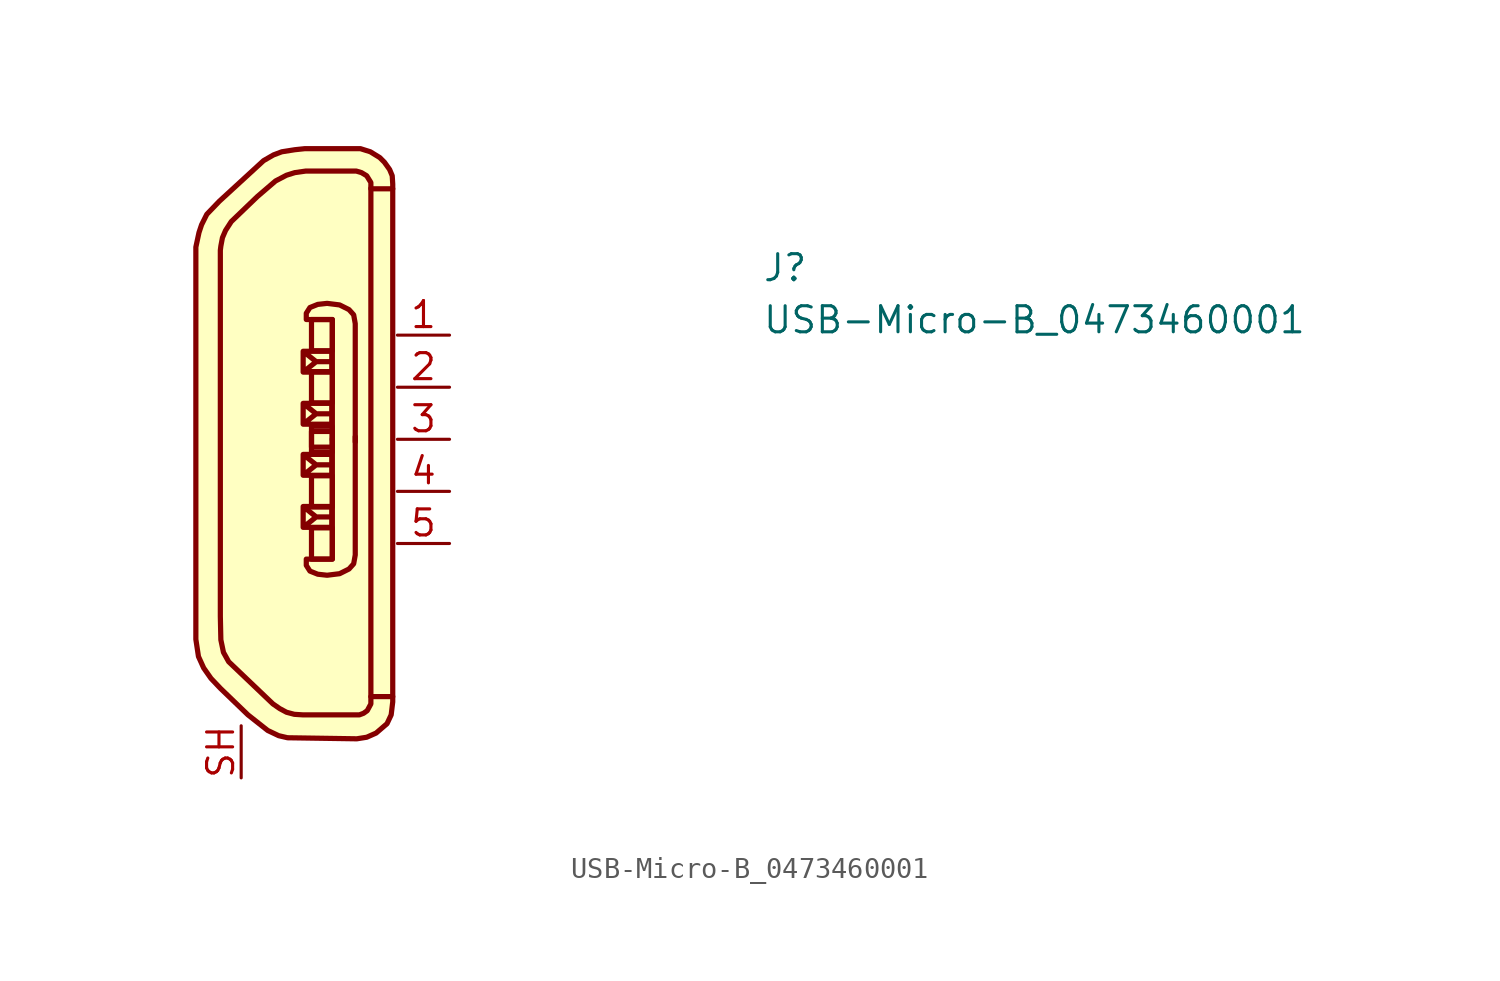
<source format=kicad_sym>
(kicad_symbol_lib
  (version 20211014)
  (generator kicad_symbol_editor)
  (symbol "USB-Micro-B_0473460001"
    (property "Reference" "J"
      (at 15.24 2.54 0)
      (effects (font (size 1.27 1.27) (thickness 0.15)) (justify left bottom)))
    (property "Value" "USB-Micro-B_0473460001"
      (at 15.24 0 0)
      (effects (font (size 1.27 1.27) (thickness 0.15)) (justify left bottom)))
    (symbol "USB-Micro-B_0473460001_1_1"
      (rectangle (start -6.731 -9.398) (end -5.715 -10.922) (stroke (width 0.254) (type default) (color 0 0 0 0)) (fill (type background)))
      (rectangle (start -6.731 -8.382) (end -5.715 -6.858) (stroke (width 0.254) (type default) (color 0 0 0 0)) (fill (type background)))
      (rectangle (start -6.731 -5.715) (end -5.715 -4.699) (stroke (width 0.254) (type default) (color 0 0 0 0)) (fill (type background)))
      (rectangle (start -6.731 -4.445) (end -5.715 -5.461) (stroke (width 0.254) (type default) (color 0 0 0 0)) (fill (type background)))
      (rectangle (start -6.731 -1.778) (end -5.715 -3.302) (stroke (width 0.254) (type default) (color 0 0 0 0)) (fill (type background)))
      (rectangle (start -6.731 -0.762) (end -5.715 0.762) (stroke (width 0.254) (type default) (color 0 0 0 0)) (fill (type background)))
      (polyline (pts (xy -3.835 7.163) (xy -3.835 -17.628)) (stroke (width 0.254) (type default) (color 0 0 0 0)) (fill (type background)))
      (polyline (pts (xy -7.137 -9.373) (xy -7.137 -8.357) (xy -5.74 -8.357) (xy -5.74 -9.373) (xy -7.137 -9.373) (xy -6.502 -8.865) (xy -7.137 -8.357) (xy -5.74 -8.357) (xy -5.74 -8.865) (xy -6.502 -8.865)) (stroke (width 0.254) (type default) (color 0 0 0 0)) (fill (type background)))
      (polyline (pts (xy -7.137 -6.833) (xy -7.137 -5.817) (xy -5.74 -5.817) (xy -5.74 -6.833) (xy -7.137 -6.833) (xy -6.502 -6.325) (xy -7.137 -5.817) (xy -5.74 -5.817) (xy -5.74 -6.325) (xy -6.502 -6.325)) (stroke (width 0.254) (type default) (color 0 0 0 0)) (fill (type background)))
      (polyline (pts (xy -7.137 -3.327) (xy -7.137 -4.343) (xy -5.74 -4.343) (xy -5.74 -3.327) (xy -7.137 -3.327) (xy -6.502 -3.835) (xy -7.137 -4.343) (xy -5.74 -4.343) (xy -5.74 -3.835) (xy -6.502 -3.835)) (stroke (width 0.254) (type default) (color 0 0 0 0)) (fill (type background)))
      (polyline (pts (xy -7.137 -0.787) (xy -7.137 -1.803) (xy -5.74 -1.803) (xy -5.74 -0.787) (xy -7.137 -0.787) (xy -6.502 -1.295) (xy -7.137 -1.803) (xy -5.74 -1.803) (xy -5.74 -1.295) (xy -6.502 -1.295)) (stroke (width 0.254) (type default) (color 0 0 0 0)) (fill (type background)))
      (polyline (pts (xy -5.715 -5.105) (xy -5.715 0.762) (xy -6.985 0.762) (xy -6.985 1.067) (xy -6.807 1.346) (xy -6.426 1.499) (xy -5.969 1.549) (xy -5.359 1.473) (xy -4.902 1.245) (xy -4.674 0.991) (xy -4.597 0.559) (xy -4.597 -0.279) (xy -4.597 -5.207)) (stroke (width 0.254) (type default) (color 0 0 0 0)) (fill (type background)))
      (polyline (pts (xy -5.715 -5.055) (xy -5.715 -10.922) (xy -6.985 -10.922) (xy -6.985 -11.227) (xy -6.807 -11.506) (xy -6.426 -11.659) (xy -5.969 -11.709) (xy -5.359 -11.633) (xy -4.902 -11.405) (xy -4.674 -11.151) (xy -4.597 -10.719) (xy -4.597 -9.881) (xy -4.597 -4.953)) (stroke (width 0.254) (type default) (color 0 0 0 0)) (fill (type background)))
      (polyline (pts (xy -2.769 -17.628) (xy -3.785 -17.628) (xy -3.835 -17.628) (xy -3.835 -17.983) (xy -4.013 -18.313) (xy -4.191 -18.44) (xy -4.394 -18.517) (xy -7.163 -18.517) (xy -7.569 -18.491) (xy -7.95 -18.39) (xy -8.28 -18.212) (xy -8.611 -17.983) (xy -10.77 -15.926) (xy -11.024 -15.469) (xy -11.151 -14.859) (xy -11.176 -13.716) (xy -11.176 4.14) (xy -11.151 4.343) (xy -11.074 4.75) (xy -10.922 5.105) (xy -10.643 5.537) (xy -9.373 6.756) (xy -8.484 7.518) (xy -7.95 7.798) (xy -7.544 7.925) (xy -7.01 8.001) (xy -4.547 8.001) (xy -4.293 7.925) (xy -4.039 7.772) (xy -3.835 7.442) (xy -3.835 7.137) (xy -2.769 7.137)) (stroke (width 0.254) (type default) (color 0 0 0 0)) (fill (type background)))
      (polyline (pts (xy -2.769 -16.561) (xy -2.769 -17.882) (xy -2.845 -18.517) (xy -3.048 -18.948) (xy -3.581 -19.406) (xy -4.039 -19.609) (xy -4.521 -19.685) (xy -7.899 -19.634) (xy -8.331 -19.533) (xy -8.865 -19.279) (xy -9.83 -18.517) (xy -11.176 -17.221) (xy -11.633 -16.739) (xy -11.989 -16.231) (xy -12.243 -15.672) (xy -12.37 -14.834) (xy -12.37 4.293) (xy -12.217 5.004) (xy -12.09 5.385) (xy -11.836 5.893) (xy -11.227 6.528) (xy -9.068 8.509) (xy -8.585 8.788) (xy -8.179 8.941) (xy -7.544 9.042) (xy -7.061 9.093) (xy -4.343 9.093) (xy -3.861 8.941) (xy -3.404 8.661) (xy -3.175 8.433) (xy -2.921 8.077) (xy -2.794 7.772) (xy -2.769 7.366) (xy -2.769 -16.586)) (stroke (width 0.254) (type default) (color 0 0 0 0)) (fill (type background)))
      (pin passive line (at 0 0 180) (length 2.54) (name "~" (effects (font (size 1.27 1.27)))) (number "1" (effects (font (size 1.27 1.27)))))
      (pin passive line (at 0 -2.54 180) (length 2.54) (name "~" (effects (font (size 1.27 1.27)))) (number "2" (effects (font (size 1.27 1.27)))))
      (pin passive line (at 0 -5.08 180) (length 2.54) (name "~" (effects (font (size 1.27 1.27)))) (number "3" (effects (font (size 1.27 1.27)))))
      (pin passive line (at 0 -7.62 180) (length 2.54) (name "~" (effects (font (size 1.27 1.27)))) (number "4" (effects (font (size 1.27 1.27)))))
      (pin passive line (at 0 -10.16 180) (length 2.54) (name "~" (effects (font (size 1.27 1.27)))) (number "5" (effects (font (size 1.27 1.27)))))
      (pin passive line (at -10.16 -21.59 90) (length 2.54) (name "~" (effects (font (size 1.27 1.27)))) (number "SH" (effects (font (size 1.27 1.27))))))))
</source>
